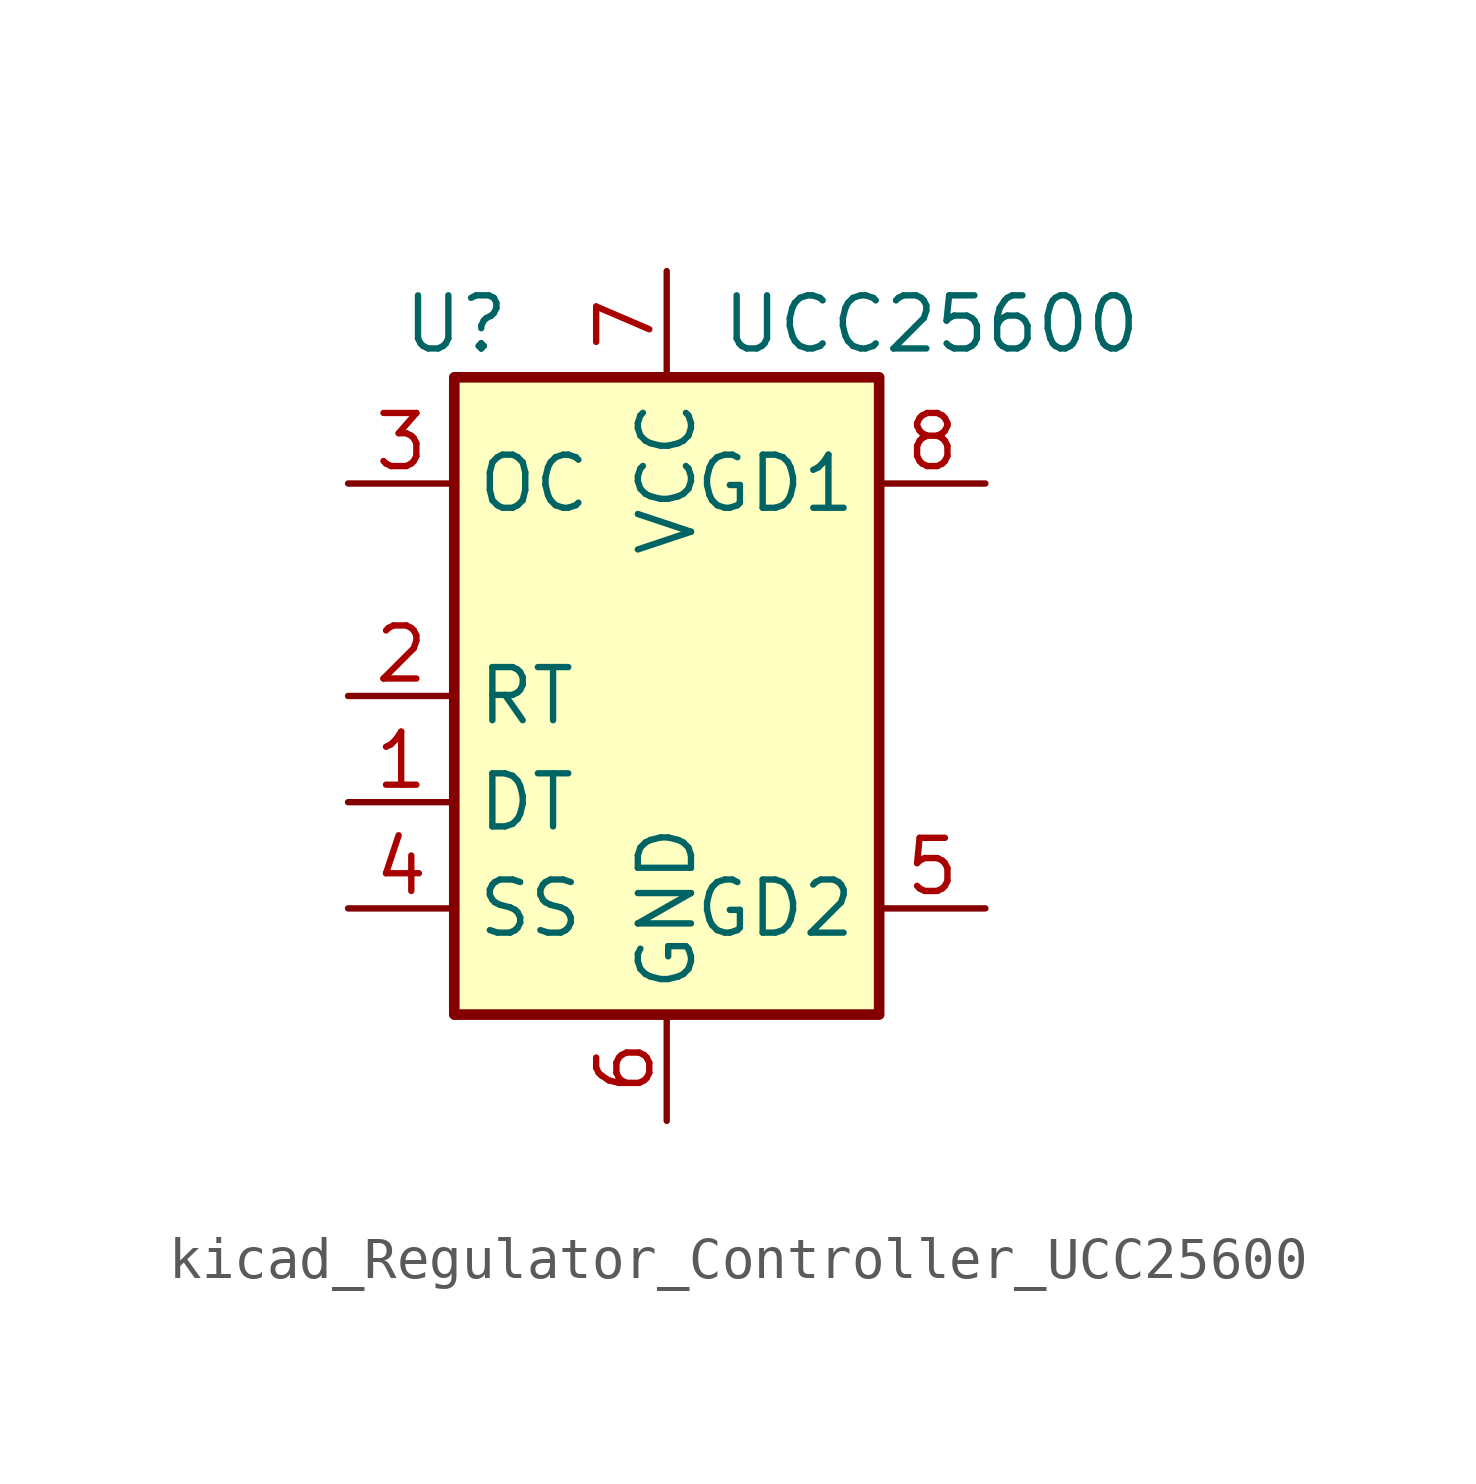
<source format=kicad_sym>
(kicad_symbol_lib
  (version 20220914)
  (generator kicad_symbol_editor)
  (symbol "kicad_Regulator_Controller_UCC25600"
    (property "Reference" "U"
      (at -6.35 8.89 0)
      (effects (font (size 1.27 1.27)) (justify left)))
    (property "Value" "UCC25600"
      (at 1.27 8.89 0)
      (effects (font (size 1.27 1.27)) (justify left)))
    (symbol "kicad_Regulator_Controller_UCC25600_0_0"
      (rectangle (start -5.08 7.62) (end 5.08 -7.62) (stroke (width 0.254) (type default)) (fill (type background))))
    (symbol "kicad_Regulator_Controller_UCC25600_1_1"
      (pin passive line (at -7.62 -2.54 0) (length 2.54) (name "DT" (effects (font (size 1.27 1.27)))) (number "1" (effects (font (size 1.27 1.27)))))
      (pin input line (at -7.62 0 0) (length 2.54) (name "RT" (effects (font (size 1.27 1.27)))) (number "2" (effects (font (size 1.27 1.27)))))
      (pin input line (at -7.62 5.08 0) (length 2.54) (name "OC" (effects (font (size 1.27 1.27)))) (number "3" (effects (font (size 1.27 1.27)))))
      (pin passive line (at -7.62 -5.08 0) (length 2.54) (name "SS" (effects (font (size 1.27 1.27)))) (number "4" (effects (font (size 1.27 1.27)))))
      (pin output line (at 7.62 -5.08 180) (length 2.54) (name "GD2" (effects (font (size 1.27 1.27)))) (number "5" (effects (font (size 1.27 1.27)))))
      (pin power_in line (at 0 -10.16 90) (length 2.54) (name "GND" (effects (font (size 1.27 1.27)))) (number "6" (effects (font (size 1.27 1.27)))))
      (pin power_in line (at 0 10.16 270) (length 2.54) (name "VCC" (effects (font (size 1.27 1.27)))) (number "7" (effects (font (size 1.27 1.27)))))
      (pin output line (at 7.62 5.08 180) (length 2.54) (name "GD1" (effects (font (size 1.27 1.27)))) (number "8" (effects (font (size 1.27 1.27))))))))
</source>
